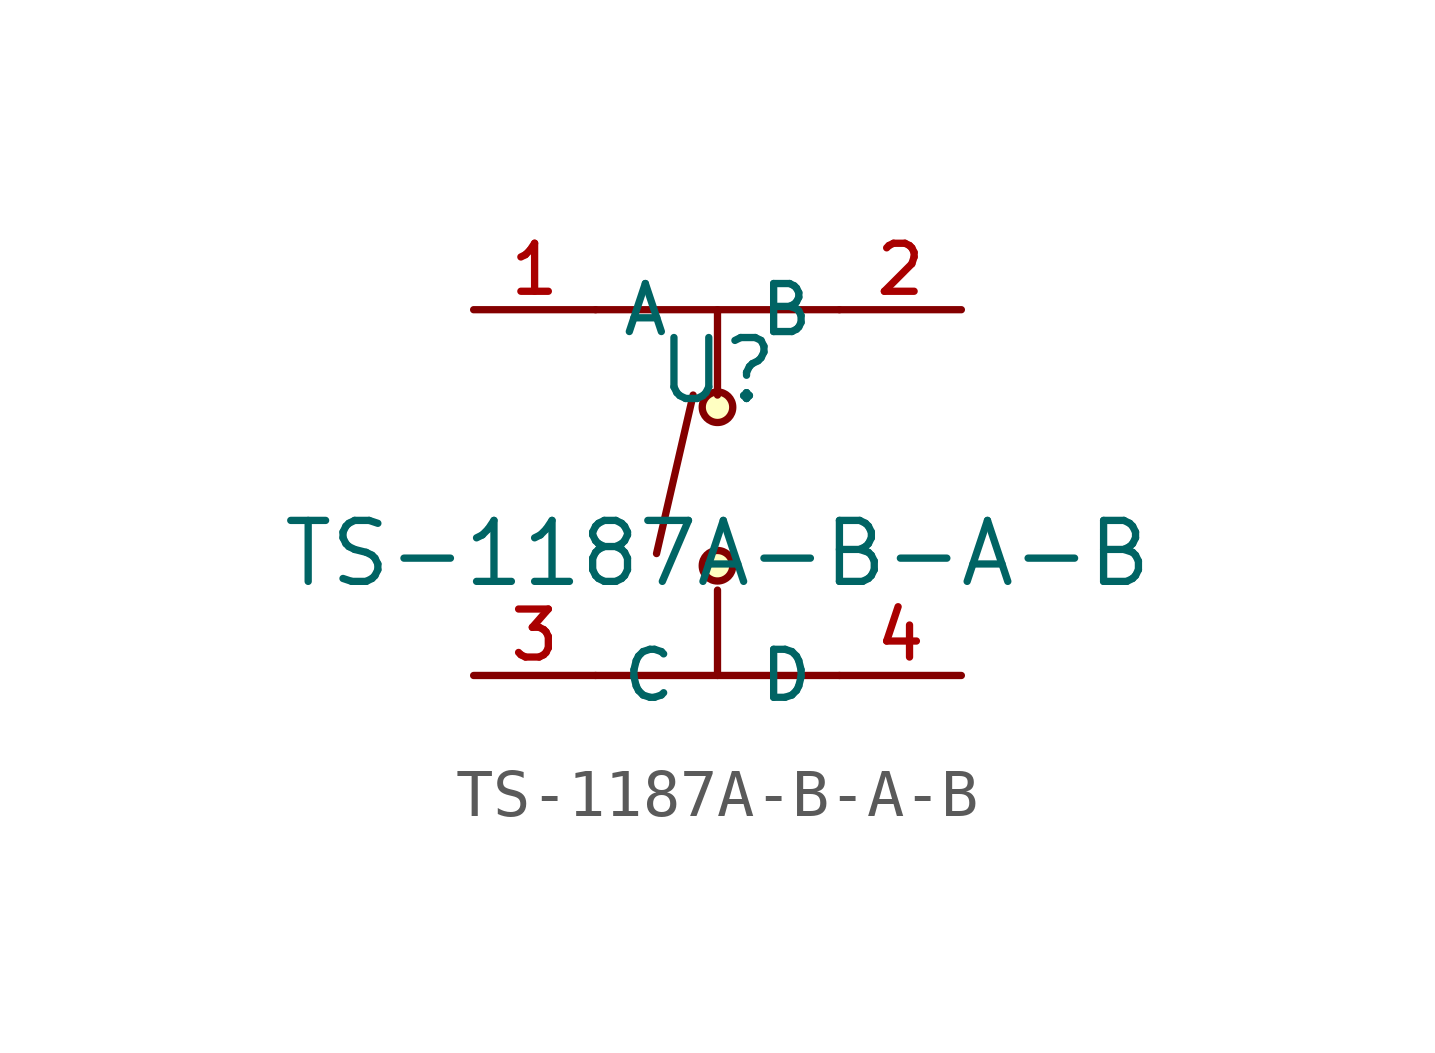
<source format=kicad_sym>
(kicad_symbol_lib
  (version 20210201)
  (generator TousstNicolas/JLC2KiCad_lib)
  (symbol "TS-1187A-B-A-B"
    (property "Reference" "U"
      (at 0 1.27 0)
      (effects (font (size 1.27 1.27))))
    (property "Value" "TS-1187A-B-A-B"
      (at 0 -2.54 0)
      (effects (font (size 1.27 1.27))))
    (symbol "TS-1187A-B-A-B_0_1"
      (polyline (pts (xy -2.54 -5.08) (xy 2.54 -5.08)) (stroke (width 0) (type default) (color 0 0 0 0)) (fill (type none)))
      (polyline (pts (xy -2.54 2.54) (xy 2.54 2.54)) (stroke (width 0) (type default) (color 0 0 0 0)) (fill (type none)))
      (circle (center 0.0 0.508) (radius 0.318) (stroke (width 0) (type default) (color 0 0 0 0)) (fill (type background)))
      (circle (center 0.0 -2.794) (radius 0.318) (stroke (width 0) (type default) (color 0 0 0 0)) (fill (type background)))
      (polyline (pts (xy 0.0 0.762) (xy 0.0 2.54)) (stroke (width 0) (type default) (color 0 0 0 0)) (fill (type none)))
      (polyline (pts (xy 0.0 -3.302) (xy 0.0 -5.08)) (stroke (width 0) (type default) (color 0 0 0 0)) (fill (type none)))
      (polyline (pts (xy -0.508 0.762) (xy -1.27 -2.54)) (stroke (width 0) (type default) (color 0 0 0 0)) (fill (type none)))
      (pin unspecified line (at 5.08 2.54 180) (length 2.54) (name "B" (effects (font (size 1 1)))) (number "2" (effects (font (size 1 1)))))
      (pin unspecified line (at -5.08 2.54 0) (length 2.54) (name "A" (effects (font (size 1 1)))) (number "1" (effects (font (size 1 1)))))
      (pin unspecified line (at 5.08 -5.08 180) (length 2.54) (name "D" (effects (font (size 1 1)))) (number "4" (effects (font (size 1 1)))))
      (pin unspecified line (at -5.08 -5.08 0) (length 2.54) (name "C" (effects (font (size 1 1)))) (number "3" (effects (font (size 1 1))))))))
</source>
